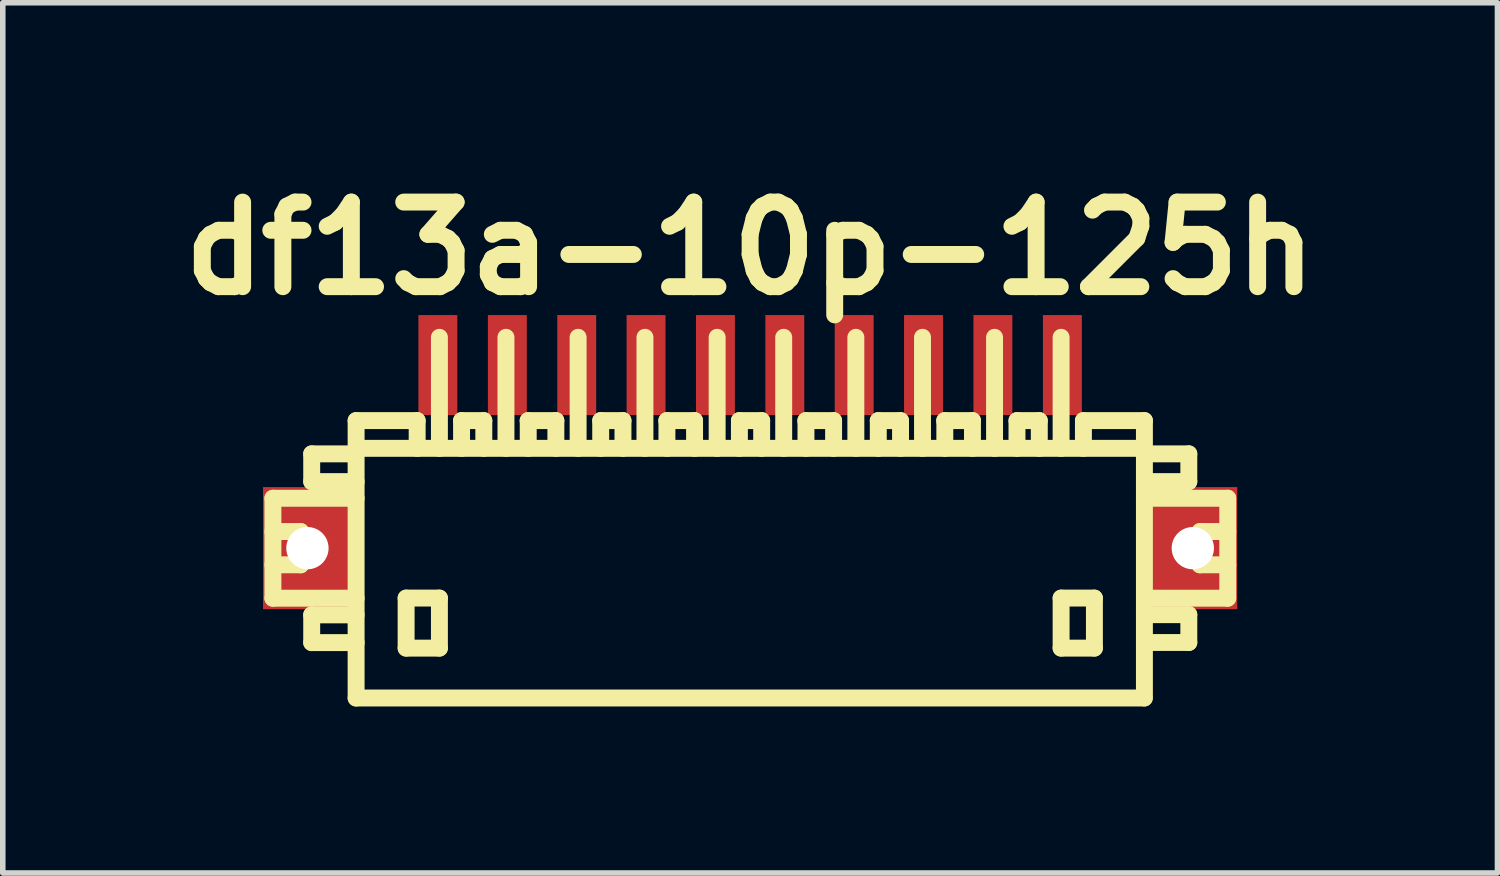
<source format=kicad_pcb>
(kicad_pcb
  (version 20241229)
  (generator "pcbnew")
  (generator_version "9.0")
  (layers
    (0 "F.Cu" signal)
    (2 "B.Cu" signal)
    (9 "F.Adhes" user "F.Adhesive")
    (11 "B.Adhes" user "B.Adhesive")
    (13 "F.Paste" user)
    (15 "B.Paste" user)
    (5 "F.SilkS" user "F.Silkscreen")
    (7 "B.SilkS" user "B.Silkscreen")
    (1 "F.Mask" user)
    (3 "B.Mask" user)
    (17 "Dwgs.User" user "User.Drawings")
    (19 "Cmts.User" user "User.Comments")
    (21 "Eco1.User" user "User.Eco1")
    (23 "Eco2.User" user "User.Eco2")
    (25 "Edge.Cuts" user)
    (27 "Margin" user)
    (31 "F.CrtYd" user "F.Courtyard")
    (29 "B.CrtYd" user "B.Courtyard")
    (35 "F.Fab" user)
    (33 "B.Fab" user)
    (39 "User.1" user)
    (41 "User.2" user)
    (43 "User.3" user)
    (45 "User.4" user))
  (footprint "df13a-10p-125h"
    (layer "F.Cu")
    (at 10.465 7.027)
    (property "Reference" "df13a-10p-125h" (at 0 -5.601 0) (layer "F.SilkS") (effects (font (size 1.524 1.524) (thickness 0.305))))
    (attr through_hole)
    (fp_line (start -8.598 -1.1) (end -8.598 0.701) (stroke (width 0.305) (type solid)) (layer "F.SilkS"))
    (fp_line (start -8.598 0.701) (end -7.099 0.701) (stroke (width 0.305) (type solid)) (layer "F.SilkS"))
    (fp_line (start -8.098 -0.5) (end -8.598 -0.5) (stroke (width 0.305) (type solid)) (layer "F.SilkS"))
    (fp_line (start -8.098 0.099) (end -8.598 0.099) (stroke (width 0.305) (type solid)) (layer "F.SilkS"))
    (fp_line (start -8.098 0.099) (end -8.098 -0.5) (stroke (width 0.305) (type solid)) (layer "F.SilkS"))
    (fp_line (start -7.899 -1.9) (end -7.899 -1.4) (stroke (width 0.305) (type solid)) (layer "F.SilkS"))
    (fp_line (start -7.899 -1.9) (end -7.099 -1.9) (stroke (width 0.305) (type solid)) (layer "F.SilkS"))
    (fp_line (start -7.899 1.001) (end -7.899 1.501) (stroke (width 0.305) (type solid)) (layer "F.SilkS"))
    (fp_line (start -7.899 1.501) (end -7.099 1.501) (stroke (width 0.305) (type solid)) (layer "F.SilkS"))
    (fp_line (start -7.099 -1.999) (end 7.099 -1.999) (stroke (width 0.305) (type solid)) (layer "F.SilkS"))
    (fp_line (start -7.099 -1.4) (end -7.899 -1.4) (stroke (width 0.305) (type solid)) (layer "F.SilkS"))
    (fp_line (start -7.099 -1.1) (end -8.598 -1.1) (stroke (width 0.305) (type solid)) (layer "F.SilkS"))
    (fp_line (start -7.099 1.001) (end -7.899 1.001) (stroke (width 0.305) (type solid)) (layer "F.SilkS"))
    (fp_line (start -7.099 2.499) (end -7.099 -2.499) (stroke (width 0.305) (type solid)) (layer "F.SilkS"))
    (fp_line (start -7.099 2.499) (end 7.099 2.499) (stroke (width 0.305) (type solid)) (layer "F.SilkS"))
    (fp_line (start -6.198 0.699) (end -6.198 1.6) (stroke (width 0.305) (type solid)) (layer "F.SilkS"))
    (fp_line (start -6.198 1.6) (end -5.598 1.6) (stroke (width 0.305) (type solid)) (layer "F.SilkS"))
    (fp_line (start -5.999 -2.499) (end -7.099 -2.499) (stroke (width 0.305) (type solid)) (layer "F.SilkS"))
    (fp_line (start -5.999 -2.499) (end -5.999 -1.999) (stroke (width 0.305) (type solid)) (layer "F.SilkS"))
    (fp_line (start -5.598 -4) (end -5.598 -1.999) (stroke (width 0.305) (type solid)) (layer "F.SilkS"))
    (fp_line (start -5.598 0.699) (end -6.198 0.699) (stroke (width 0.305) (type solid)) (layer "F.SilkS"))
    (fp_line (start -5.598 1.6) (end -5.598 0.699) (stroke (width 0.305) (type solid)) (layer "F.SilkS"))
    (fp_line (start -5.199 -2.499) (end -5.199 -1.999) (stroke (width 0.305) (type solid)) (layer "F.SilkS"))
    (fp_line (start -4.798 -2.499) (end -5.199 -2.499) (stroke (width 0.305) (type solid)) (layer "F.SilkS"))
    (fp_line (start -4.798 -2.499) (end -4.798 -1.999) (stroke (width 0.305) (type solid)) (layer "F.SilkS"))
    (fp_line (start -4.399 -1.999) (end -4.399 -4) (stroke (width 0.305) (type solid)) (layer "F.SilkS"))
    (fp_line (start -4 -2.499) (end -3.5 -2.499) (stroke (width 0.305) (type solid)) (layer "F.SilkS"))
    (fp_line (start -3.998 -1.999) (end -3.998 -2.499) (stroke (width 0.305) (type solid)) (layer "F.SilkS"))
    (fp_line (start -3.5 -2.499) (end -3.5 -1.999) (stroke (width 0.305) (type solid)) (layer "F.SilkS"))
    (fp_line (start -3.099 -1.999) (end -3.099 -4) (stroke (width 0.305) (type solid)) (layer "F.SilkS"))
    (fp_line (start -2.692 -2.499) (end -2.692 -1.999) (stroke (width 0.305) (type solid)) (layer "F.SilkS"))
    (fp_line (start -2.291 -2.499) (end -2.692 -2.499) (stroke (width 0.305) (type solid)) (layer "F.SilkS"))
    (fp_line (start -2.291 -2.499) (end -2.291 -1.999) (stroke (width 0.305) (type solid)) (layer "F.SilkS"))
    (fp_line (start -1.895 -1.999) (end -1.895 -4) (stroke (width 0.305) (type solid)) (layer "F.SilkS"))
    (fp_line (start -1.501 -2.499) (end -1.001 -2.499) (stroke (width 0.305) (type solid)) (layer "F.SilkS"))
    (fp_line (start -1.499 -1.999) (end -1.499 -2.499) (stroke (width 0.305) (type solid)) (layer "F.SilkS"))
    (fp_line (start -1.001 -2.499) (end -1.001 -1.999) (stroke (width 0.305) (type solid)) (layer "F.SilkS"))
    (fp_line (start -0.594 -1.999) (end -0.594 -4) (stroke (width 0.305) (type solid)) (layer "F.SilkS"))
    (fp_line (start -0.193 -2.499) (end -0.193 -1.999) (stroke (width 0.305) (type solid)) (layer "F.SilkS"))
    (fp_line (start 0.208 -2.499) (end -0.193 -2.499) (stroke (width 0.305) (type solid)) (layer "F.SilkS"))
    (fp_line (start 0.208 -2.499) (end 0.208 -1.999) (stroke (width 0.305) (type solid)) (layer "F.SilkS"))
    (fp_line (start 0.605 -1.999) (end 0.605 -4) (stroke (width 0.305) (type solid)) (layer "F.SilkS"))
    (fp_line (start 1.003 -2.499) (end 1.504 -2.499) (stroke (width 0.305) (type solid)) (layer "F.SilkS"))
    (fp_line (start 1.006 -1.999) (end 1.006 -2.499) (stroke (width 0.305) (type solid)) (layer "F.SilkS"))
    (fp_line (start 1.504 -2.499) (end 1.504 -1.999) (stroke (width 0.305) (type solid)) (layer "F.SilkS"))
    (fp_line (start 1.905 -1.999) (end 1.905 -4) (stroke (width 0.305) (type solid)) (layer "F.SilkS"))
    (fp_line (start 2.309 -2.499) (end 2.309 -1.999) (stroke (width 0.305) (type solid)) (layer "F.SilkS"))
    (fp_line (start 2.71 -2.499) (end 2.309 -2.499) (stroke (width 0.305) (type solid)) (layer "F.SilkS"))
    (fp_line (start 2.71 -2.499) (end 2.71 -1.999) (stroke (width 0.305) (type solid)) (layer "F.SilkS"))
    (fp_line (start 3.106 -1.999) (end 3.106 -4) (stroke (width 0.305) (type solid)) (layer "F.SilkS"))
    (fp_line (start 3.505 -2.499) (end 4.006 -2.499) (stroke (width 0.305) (type solid)) (layer "F.SilkS"))
    (fp_line (start 3.508 -1.999) (end 3.508 -2.499) (stroke (width 0.305) (type solid)) (layer "F.SilkS"))
    (fp_line (start 4.006 -2.499) (end 4.006 -1.999) (stroke (width 0.305) (type solid)) (layer "F.SilkS"))
    (fp_line (start 4.404 -1.999) (end 4.404 -4) (stroke (width 0.305) (type solid)) (layer "F.SilkS"))
    (fp_line (start 4.808 -2.499) (end 4.808 -1.999) (stroke (width 0.305) (type solid)) (layer "F.SilkS"))
    (fp_line (start 5.21 -2.499) (end 4.808 -2.499) (stroke (width 0.305) (type solid)) (layer "F.SilkS"))
    (fp_line (start 5.21 -2.499) (end 5.21 -1.999) (stroke (width 0.305) (type solid)) (layer "F.SilkS"))
    (fp_line (start 5.603 -1.999) (end 5.603 -4) (stroke (width 0.305) (type solid)) (layer "F.SilkS"))
    (fp_line (start 5.603 0.699) (end 6.203 0.699) (stroke (width 0.305) (type solid)) (layer "F.SilkS"))
    (fp_line (start 5.603 1.6) (end 5.603 0.699) (stroke (width 0.305) (type solid)) (layer "F.SilkS"))
    (fp_line (start 6.005 -2.499) (end 6.005 -1.999) (stroke (width 0.305) (type solid)) (layer "F.SilkS"))
    (fp_line (start 6.203 0.699) (end 6.203 1.6) (stroke (width 0.305) (type solid)) (layer "F.SilkS"))
    (fp_line (start 6.203 1.6) (end 5.603 1.6) (stroke (width 0.305) (type solid)) (layer "F.SilkS"))
    (fp_line (start 7.104 -2.499) (end 6.005 -2.499) (stroke (width 0.305) (type solid)) (layer "F.SilkS"))
    (fp_line (start 7.104 -2.499) (end 7.104 2.499) (stroke (width 0.305) (type solid)) (layer "F.SilkS"))
    (fp_line (start 7.104 -1.9) (end 7.904 -1.9) (stroke (width 0.305) (type solid)) (layer "F.SilkS"))
    (fp_line (start 7.104 0.998) (end 7.904 0.998) (stroke (width 0.305) (type solid)) (layer "F.SilkS"))
    (fp_line (start 7.904 -1.9) (end 7.904 -1.4) (stroke (width 0.305) (type solid)) (layer "F.SilkS"))
    (fp_line (start 7.904 -1.4) (end 7.104 -1.4) (stroke (width 0.305) (type solid)) (layer "F.SilkS"))
    (fp_line (start 7.904 0.998) (end 7.904 1.499) (stroke (width 0.305) (type solid)) (layer "F.SilkS"))
    (fp_line (start 7.904 1.499) (end 7.104 1.499) (stroke (width 0.305) (type solid)) (layer "F.SilkS"))
    (fp_line (start 8.105 0.099) (end 8.105 -0.5) (stroke (width 0.305) (type solid)) (layer "F.SilkS"))
    (fp_line (start 8.603 -1.1) (end 7.104 -1.1) (stroke (width 0.305) (type solid)) (layer "F.SilkS"))
    (fp_line (start 8.603 0.701) (end 7.203 0.701) (stroke (width 0.305) (type solid)) (layer "F.SilkS"))
    (fp_line (start 8.606 -1.1) (end 8.606 0.701) (stroke (width 0.305) (type solid)) (layer "F.SilkS"))
    (fp_line (start 8.606 -0.5) (end 8.105 -0.5) (stroke (width 0.305) (type solid)) (layer "F.SilkS"))
    (fp_line (start 8.606 0.099) (end 8.105 0.099) (stroke (width 0.305) (type solid)) (layer "F.SilkS"))
    (pad "" np_thru_hole rect (at -7.976 -0.201) (size 1.6 2.2) (drill 0.762) (layers "F.Cu" "F.Mask" "F.Paste"))
    (pad "" np_thru_hole rect (at 7.976 -0.201) (size 1.6 2.2) (drill 0.762) (layers "F.Cu" "F.Mask" "F.Paste"))
    (pad "1" smd rect (at 5.626 -3.5) (size 0.701 1.801) (layers "F.Cu" "F.Mask" "F.Paste"))
    (pad "2" smd rect (at 4.374 -3.5) (size 0.701 1.801) (layers "F.Cu" "F.Mask" "F.Paste"))
    (pad "3" smd rect (at 3.124 -3.5) (size 0.701 1.801) (layers "F.Cu" "F.Mask" "F.Paste"))
    (pad "4" smd rect (at 1.875 -3.5) (size 0.701 1.801) (layers "F.Cu" "F.Mask" "F.Paste"))
    (pad "5" smd rect (at 0.625 -3.5) (size 0.701 1.801) (layers "F.Cu" "F.Mask" "F.Paste"))
    (pad "6" smd rect (at -0.625 -3.5) (size 0.701 1.801) (layers "F.Cu" "F.Mask" "F.Paste"))
    (pad "7" smd rect (at -1.875 -3.5) (size 0.701 1.801) (layers "F.Cu" "F.Mask" "F.Paste"))
    (pad "8" smd rect (at -3.124 -3.5) (size 0.701 1.801) (layers "F.Cu" "F.Mask" "F.Paste"))
    (pad "9" smd rect (at -4.374 -3.5) (size 0.701 1.801) (layers "F.Cu" "F.Mask" "F.Paste"))
    (pad "10" smd rect (at -5.626 -3.5) (size 0.701 1.801) (layers "F.Cu" "F.Mask" "F.Paste")))
  (gr_rect
    (start -3 -3)
    (end 23.93 12.679)
    (stroke (width 0.1) (type default))
    (fill no)
    (layer "Edge.Cuts")))
</source>
